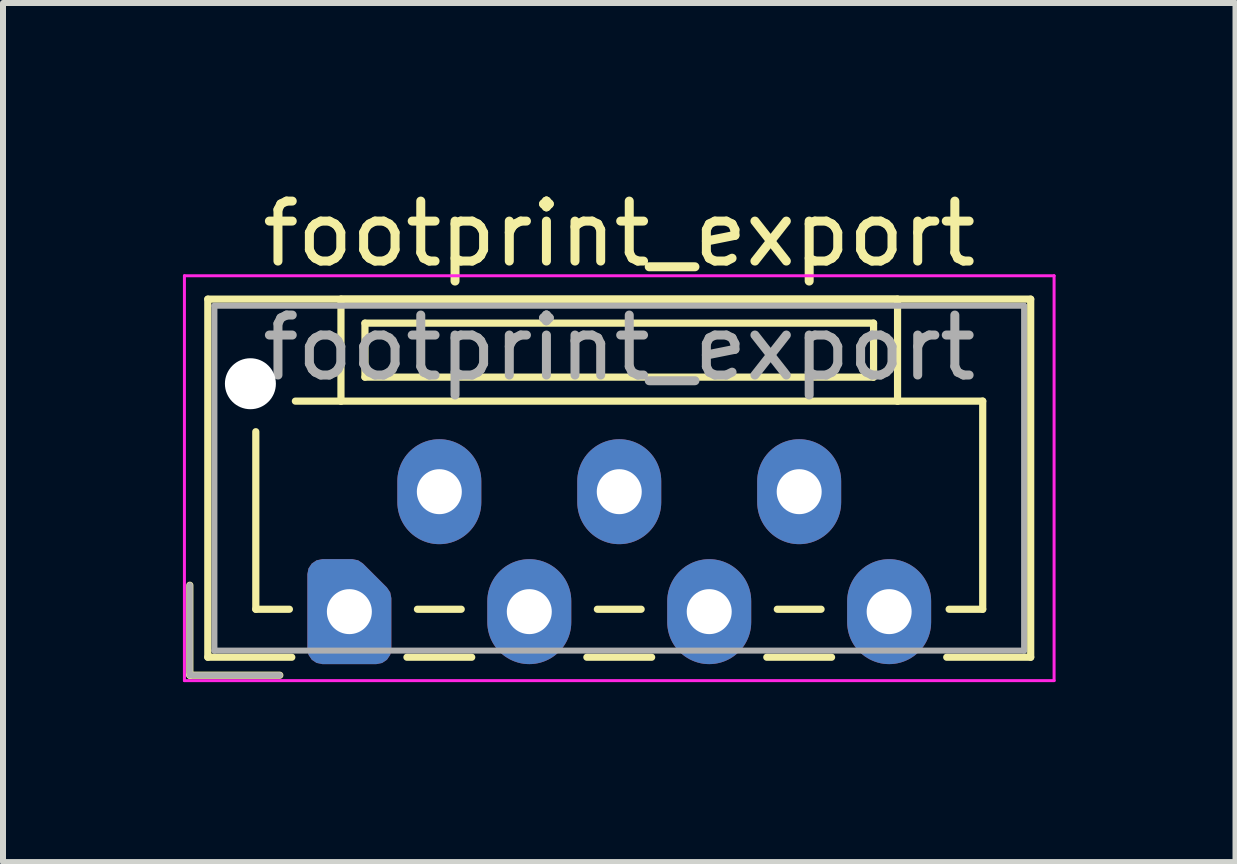
<source format=kicad_pcb>
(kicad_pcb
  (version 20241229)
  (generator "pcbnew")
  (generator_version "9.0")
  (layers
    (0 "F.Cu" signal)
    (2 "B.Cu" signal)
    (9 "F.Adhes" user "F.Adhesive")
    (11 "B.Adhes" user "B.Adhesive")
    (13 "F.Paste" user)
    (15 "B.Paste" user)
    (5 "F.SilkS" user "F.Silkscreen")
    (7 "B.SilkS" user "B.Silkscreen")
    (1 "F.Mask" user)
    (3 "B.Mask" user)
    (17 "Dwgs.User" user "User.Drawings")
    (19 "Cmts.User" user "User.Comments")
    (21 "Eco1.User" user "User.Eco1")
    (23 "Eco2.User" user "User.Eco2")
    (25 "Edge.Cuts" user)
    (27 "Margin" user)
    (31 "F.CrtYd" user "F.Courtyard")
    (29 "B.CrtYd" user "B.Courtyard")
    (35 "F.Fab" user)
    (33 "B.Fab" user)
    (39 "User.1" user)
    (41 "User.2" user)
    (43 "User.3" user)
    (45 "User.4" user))
  (footprint "footprint_export"
    (layer "F.Cu")
    (at 2.775 7.148)
    (property "Reference" "footprint_export" (at 4.5 -6.3 0) (layer "F.SilkS") (effects (font (size 1 1) (thickness 0.15))))
    (attr through_hole)
    (fp_line (start -2.66 -0.44) (end -2.66 1.06) (stroke (width 0.12) (type solid)) (layer "F.SilkS"))
    (fp_line (start -2.66 1.06) (end -1.16 1.06) (stroke (width 0.12) (type solid)) (layer "F.SilkS"))
    (fp_line (start -2.36 -5.21) (end 11.36 -5.21) (stroke (width 0.12) (type solid)) (layer "F.SilkS"))
    (fp_line (start -2.36 0.76) (end -2.36 -5.21) (stroke (width 0.12) (type solid)) (layer "F.SilkS"))
    (fp_line (start -1.56 -3) (end -1.56 -0.04) (stroke (width 0.12) (type solid)) (layer "F.SilkS"))
    (fp_line (start -1.56 -0.04) (end -1 -0.04) (stroke (width 0.12) (type solid)) (layer "F.SilkS"))
    (fp_line (start -0.96 0.76) (end -2.36 0.76) (stroke (width 0.12) (type solid)) (layer "F.SilkS"))
    (fp_line (start -0.14 -5.21) (end -0.14 -3.51) (stroke (width 0.12) (type solid)) (layer "F.SilkS"))
    (fp_line (start -0.14 -3.51) (end -0.9 -3.51) (stroke (width 0.12) (type solid)) (layer "F.SilkS"))
    (fp_line (start -0.14 -3.51) (end 9.14 -3.51) (stroke (width 0.12) (type solid)) (layer "F.SilkS"))
    (fp_line (start 0.26 -4.81) (end 0.26 -3.91) (stroke (width 0.12) (type solid)) (layer "F.SilkS"))
    (fp_line (start 0.26 -3.91) (end 8.74 -3.91) (stroke (width 0.12) (type solid)) (layer "F.SilkS"))
    (fp_line (start 0.96 0.76) (end 2.04 0.76) (stroke (width 0.12) (type solid)) (layer "F.SilkS"))
    (fp_line (start 1.135 -0.04) (end 1.865 -0.04) (stroke (width 0.12) (type solid)) (layer "F.SilkS"))
    (fp_line (start 3.96 0.76) (end 5.04 0.76) (stroke (width 0.12) (type solid)) (layer "F.SilkS"))
    (fp_line (start 4.135 -0.04) (end 4.865 -0.04) (stroke (width 0.12) (type solid)) (layer "F.SilkS"))
    (fp_line (start 6.96 0.76) (end 8.04 0.76) (stroke (width 0.12) (type solid)) (layer "F.SilkS"))
    (fp_line (start 7.135 -0.04) (end 7.865 -0.04) (stroke (width 0.12) (type solid)) (layer "F.SilkS"))
    (fp_line (start 8.74 -4.81) (end 0.26 -4.81) (stroke (width 0.12) (type solid)) (layer "F.SilkS"))
    (fp_line (start 8.74 -3.91) (end 8.74 -4.81) (stroke (width 0.12) (type solid)) (layer "F.SilkS"))
    (fp_line (start 9.14 -5.21) (end -0.14 -5.21) (stroke (width 0.12) (type solid)) (layer "F.SilkS"))
    (fp_line (start 9.14 -3.51) (end 9.14 -5.21) (stroke (width 0.12) (type solid)) (layer "F.SilkS"))
    (fp_line (start 9.14 -3.51) (end 10.56 -3.51) (stroke (width 0.12) (type solid)) (layer "F.SilkS"))
    (fp_line (start 10.56 -3.51) (end 10.56 -0.04) (stroke (width 0.12) (type solid)) (layer "F.SilkS"))
    (fp_line (start 10.56 -0.04) (end 10 -0.04) (stroke (width 0.12) (type solid)) (layer "F.SilkS"))
    (fp_line (start 11.36 -5.21) (end 11.36 0.76) (stroke (width 0.12) (type solid)) (layer "F.SilkS"))
    (fp_line (start 11.36 0.76) (end 9.96 0.76) (stroke (width 0.12) (type solid)) (layer "F.SilkS"))
    (fp_line (start -2.75 -5.6) (end -2.75 1.15) (stroke (width 0.05) (type solid)) (layer "F.CrtYd"))
    (fp_line (start -2.75 1.15) (end 11.75 1.15) (stroke (width 0.05) (type solid)) (layer "F.CrtYd"))
    (fp_line (start 11.75 -5.6) (end -2.75 -5.6) (stroke (width 0.05) (type solid)) (layer "F.CrtYd"))
    (fp_line (start 11.75 1.15) (end 11.75 -5.6) (stroke (width 0.05) (type solid)) (layer "F.CrtYd"))
    (fp_line (start -2.66 -0.44) (end -2.66 1.06) (stroke (width 0.1) (type solid)) (layer "F.Fab"))
    (fp_line (start -2.66 1.06) (end -1.16 1.06) (stroke (width 0.1) (type solid)) (layer "F.Fab"))
    (fp_line (start -2.25 -5.1) (end -2.25 0.65) (stroke (width 0.1) (type solid)) (layer "F.Fab"))
    (fp_line (start -2.25 0.65) (end 11.25 0.65) (stroke (width 0.1) (type solid)) (layer "F.Fab"))
    (fp_line (start 11.25 -5.1) (end -2.25 -5.1) (stroke (width 0.1) (type solid)) (layer "F.Fab"))
    (fp_line (start 11.25 0.65) (end 11.25 -5.1) (stroke (width 0.1) (type solid)) (layer "F.Fab"))
    (fp_text user "${REFERENCE}" (at 4.5 -4.4 0) (layer "F.Fab") (effects (font (size 1 1) (thickness 0.15))))
    (pad "" np_thru_hole circle (at -1.65 -3.8) (size 0.85 0.85) (drill 0.85) (layers "*.Cu" "*.Mask"))
    (pad "1" thru_hole custom (at 0 0) (size 1.117 1.117) (drill 0.75) (layers "*.Cu" "*.Mask") (options (anchor circle)) (primitives (gr_poly (pts (xy 0.45 -0.225) (xy 0.45 0.625) (xy -0.45 0.625) (xy -0.45 -0.625) (xy 0.05 -0.625)) (width 0.5) (fill yes))))
    (pad "2" thru_hole oval (at 1.5 -2) (size 1.4 1.75) (drill 0.75) (layers "*.Cu" "*.Mask"))
    (pad "3" thru_hole oval (at 3 0) (size 1.4 1.75) (drill 0.75) (layers "*.Cu" "*.Mask"))
    (pad "4" thru_hole oval (at 4.5 -2) (size 1.4 1.75) (drill 0.75) (layers "*.Cu" "*.Mask"))
    (pad "5" thru_hole oval (at 6 0) (size 1.4 1.75) (drill 0.75) (layers "*.Cu" "*.Mask"))
    (pad "6" thru_hole oval (at 7.5 -2) (size 1.4 1.75) (drill 0.75) (layers "*.Cu" "*.Mask"))
    (pad "7" thru_hole oval (at 9 0) (size 1.4 1.75) (drill 0.75) (layers "*.Cu" "*.Mask")))
  (gr_rect
    (start -3 -3)
    (end 17.55 11.323)
    (stroke (width 0.1) (type default))
    (fill no)
    (layer "Edge.Cuts")))
</source>
